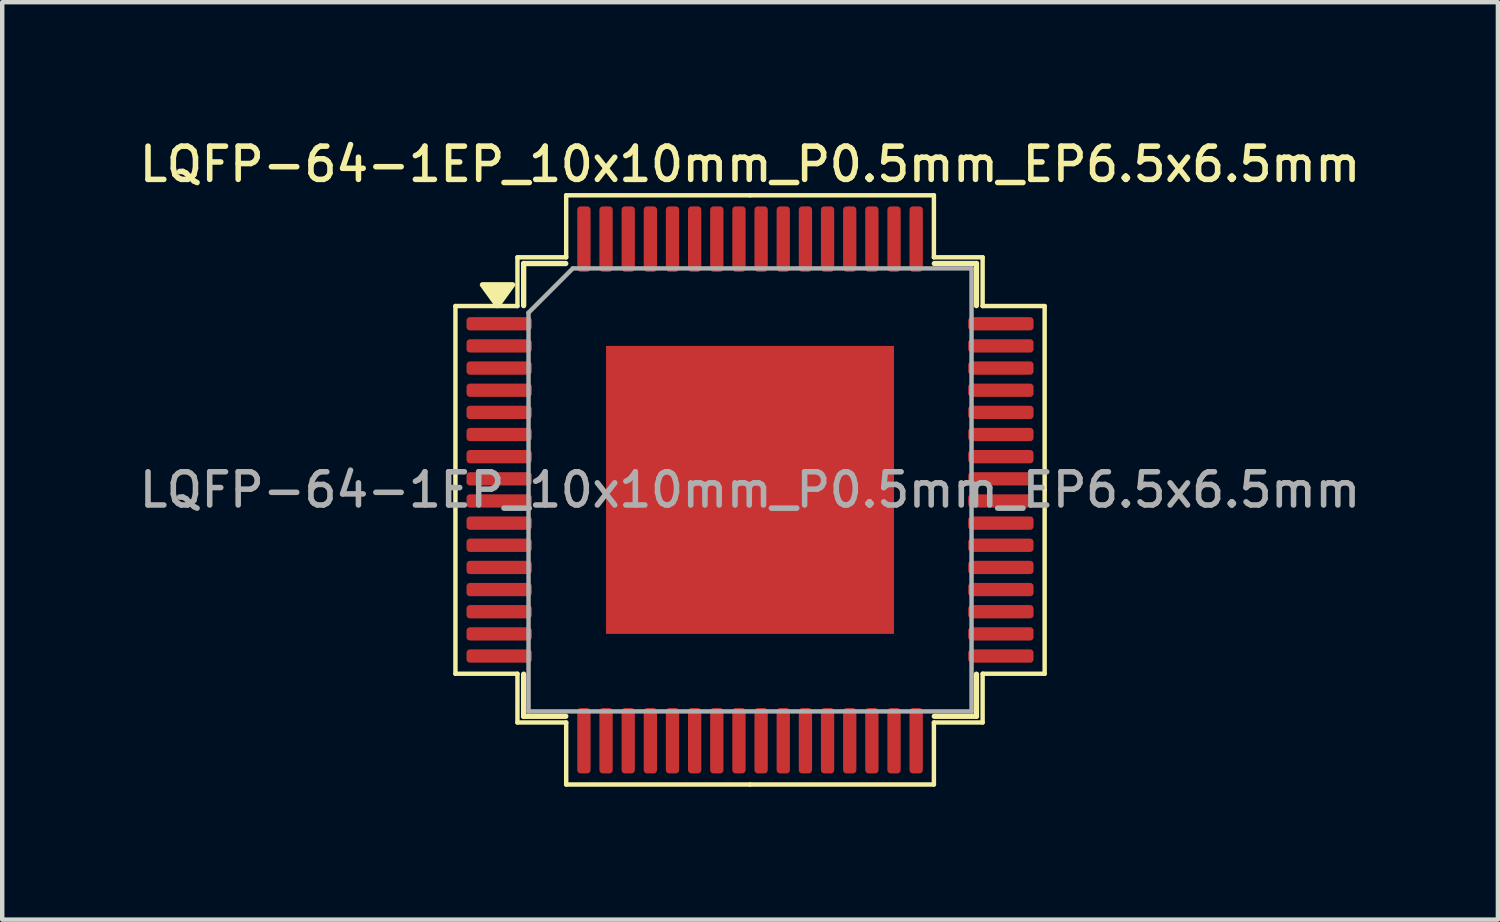
<source format=kicad_pcb>
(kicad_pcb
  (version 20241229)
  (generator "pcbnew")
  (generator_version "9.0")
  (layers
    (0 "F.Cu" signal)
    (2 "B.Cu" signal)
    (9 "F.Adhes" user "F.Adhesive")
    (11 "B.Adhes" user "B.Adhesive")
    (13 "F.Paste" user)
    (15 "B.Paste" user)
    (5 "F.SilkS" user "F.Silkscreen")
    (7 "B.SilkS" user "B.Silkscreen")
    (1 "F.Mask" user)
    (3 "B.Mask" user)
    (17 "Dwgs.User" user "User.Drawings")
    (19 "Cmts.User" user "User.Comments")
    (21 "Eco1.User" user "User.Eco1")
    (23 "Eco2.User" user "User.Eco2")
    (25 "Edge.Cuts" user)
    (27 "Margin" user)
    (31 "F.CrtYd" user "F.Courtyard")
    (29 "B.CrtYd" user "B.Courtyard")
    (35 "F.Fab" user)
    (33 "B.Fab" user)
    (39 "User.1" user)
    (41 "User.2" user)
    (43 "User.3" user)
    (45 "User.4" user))
  (footprint "LQFP-64-1EP_10x10mm_P0.5mm_EP6.5x6.5mm"
    (layer "F.Cu")
    (at 13.88 8.008)
    (property "Reference" "LQFP-64-1EP_10x10mm_P0.5mm_EP6.5x6.5mm" (at 0 -7.35 0) (layer "F.SilkS") (effects (font (size 0.75 0.75) (thickness 0.125))))
    (attr smd)
    (fp_line (start -6.65 -4.15) (end -6.65 0) (stroke (width 0.1) (type solid)) (layer "F.SilkS"))
    (fp_line (start -6.65 4.15) (end -6.65 0) (stroke (width 0.1) (type solid)) (layer "F.SilkS"))
    (fp_line (start -5.25 -5.25) (end -5.25 -4.15) (stroke (width 0.1) (type solid)) (layer "F.SilkS"))
    (fp_line (start -5.25 -4.15) (end -6.65 -4.15) (stroke (width 0.1) (type solid)) (layer "F.SilkS"))
    (fp_line (start -5.25 4.15) (end -6.65 4.15) (stroke (width 0.1) (type solid)) (layer "F.SilkS"))
    (fp_line (start -5.25 5.25) (end -5.25 4.15) (stroke (width 0.1) (type solid)) (layer "F.SilkS"))
    (fp_line (start -5.11 -5.11) (end -5.11 -4.16) (stroke (width 0.12) (type solid)) (layer "F.SilkS"))
    (fp_line (start -5.11 5.11) (end -5.11 4.16) (stroke (width 0.12) (type solid)) (layer "F.SilkS"))
    (fp_line (start -4.16 -5.11) (end -5.11 -5.11) (stroke (width 0.12) (type solid)) (layer "F.SilkS"))
    (fp_line (start -4.16 5.11) (end -5.11 5.11) (stroke (width 0.12) (type solid)) (layer "F.SilkS"))
    (fp_line (start -4.15 -6.65) (end -4.15 -5.25) (stroke (width 0.1) (type solid)) (layer "F.SilkS"))
    (fp_line (start -4.15 -5.25) (end -5.25 -5.25) (stroke (width 0.1) (type solid)) (layer "F.SilkS"))
    (fp_line (start -4.15 5.25) (end -5.25 5.25) (stroke (width 0.1) (type solid)) (layer "F.SilkS"))
    (fp_line (start -4.15 6.65) (end -4.15 5.25) (stroke (width 0.1) (type solid)) (layer "F.SilkS"))
    (fp_line (start 0 -6.65) (end -4.15 -6.65) (stroke (width 0.1) (type solid)) (layer "F.SilkS"))
    (fp_line (start 0 -6.65) (end 4.15 -6.65) (stroke (width 0.1) (type solid)) (layer "F.SilkS"))
    (fp_line (start 0 6.65) (end -4.15 6.65) (stroke (width 0.1) (type solid)) (layer "F.SilkS"))
    (fp_line (start 0 6.65) (end 4.15 6.65) (stroke (width 0.1) (type solid)) (layer "F.SilkS"))
    (fp_line (start 4.15 -6.65) (end 4.15 -5.25) (stroke (width 0.1) (type solid)) (layer "F.SilkS"))
    (fp_line (start 4.15 -5.25) (end 5.25 -5.25) (stroke (width 0.1) (type solid)) (layer "F.SilkS"))
    (fp_line (start 4.15 5.25) (end 5.25 5.25) (stroke (width 0.1) (type solid)) (layer "F.SilkS"))
    (fp_line (start 4.15 6.65) (end 4.15 5.25) (stroke (width 0.1) (type solid)) (layer "F.SilkS"))
    (fp_line (start 4.16 -5.11) (end 5.11 -5.11) (stroke (width 0.12) (type solid)) (layer "F.SilkS"))
    (fp_line (start 4.16 5.11) (end 5.11 5.11) (stroke (width 0.12) (type solid)) (layer "F.SilkS"))
    (fp_line (start 5.11 -5.11) (end 5.11 -4.16) (stroke (width 0.12) (type solid)) (layer "F.SilkS"))
    (fp_line (start 5.11 5.11) (end 5.11 4.16) (stroke (width 0.12) (type solid)) (layer "F.SilkS"))
    (fp_line (start 5.25 -5.25) (end 5.25 -4.15) (stroke (width 0.1) (type solid)) (layer "F.SilkS"))
    (fp_line (start 5.25 -4.15) (end 6.65 -4.15) (stroke (width 0.1) (type solid)) (layer "F.SilkS"))
    (fp_line (start 5.25 4.15) (end 6.65 4.15) (stroke (width 0.1) (type solid)) (layer "F.SilkS"))
    (fp_line (start 5.25 5.25) (end 5.25 4.15) (stroke (width 0.1) (type solid)) (layer "F.SilkS"))
    (fp_line (start 6.65 -4.15) (end 6.65 0) (stroke (width 0.1) (type solid)) (layer "F.SilkS"))
    (fp_line (start 6.65 4.15) (end 6.65 0) (stroke (width 0.1) (type solid)) (layer "F.SilkS"))
    (fp_poly (pts (xy -5.7 -4.16) (xy -6.04 -4.63) (xy -5.36 -4.63) (xy -5.7 -4.16)) (stroke (width 0.12) (type solid)) (fill yes) (layer "F.SilkS"))
    (fp_line (start -5 -4) (end -4 -5) (stroke (width 0.1) (type solid)) (layer "F.Fab"))
    (fp_line (start -5 5) (end -5 -4) (stroke (width 0.1) (type solid)) (layer "F.Fab"))
    (fp_line (start -4 -5) (end 5 -5) (stroke (width 0.1) (type solid)) (layer "F.Fab"))
    (fp_line (start 5 -5) (end 5 5) (stroke (width 0.1) (type solid)) (layer "F.Fab"))
    (fp_line (start 5 5) (end -5 5) (stroke (width 0.1) (type solid)) (layer "F.Fab"))
    (fp_text user "${REFERENCE}" (at 0 0 0) (layer "F.Fab") (effects (font (size 0.75 0.75) (thickness 0.125))))
    (pad "" smd roundrect (at -2.6 -2.6) (size 1.05 1.05) (layers "F.Paste") (roundrect_rratio 0.238))
    (pad "" smd roundrect (at -2.6 -1.3) (size 1.05 1.05) (layers "F.Paste") (roundrect_rratio 0.238))
    (pad "" smd roundrect (at -2.6 0) (size 1.05 1.05) (layers "F.Paste") (roundrect_rratio 0.238))
    (pad "" smd roundrect (at -2.6 1.3) (size 1.05 1.05) (layers "F.Paste") (roundrect_rratio 0.238))
    (pad "" smd roundrect (at -2.6 2.6) (size 1.05 1.05) (layers "F.Paste") (roundrect_rratio 0.238))
    (pad "" smd roundrect (at -1.3 -2.6) (size 1.05 1.05) (layers "F.Paste") (roundrect_rratio 0.238))
    (pad "" smd roundrect (at -1.3 -1.3) (size 1.05 1.05) (layers "F.Paste") (roundrect_rratio 0.238))
    (pad "" smd roundrect (at -1.3 0) (size 1.05 1.05) (layers "F.Paste") (roundrect_rratio 0.238))
    (pad "" smd roundrect (at -1.3 1.3) (size 1.05 1.05) (layers "F.Paste") (roundrect_rratio 0.238))
    (pad "" smd roundrect (at -1.3 2.6) (size 1.05 1.05) (layers "F.Paste") (roundrect_rratio 0.238))
    (pad "" smd roundrect (at 0 -2.6) (size 1.05 1.05) (layers "F.Paste") (roundrect_rratio 0.238))
    (pad "" smd roundrect (at 0 -1.3) (size 1.05 1.05) (layers "F.Paste") (roundrect_rratio 0.238))
    (pad "" smd roundrect (at 0 0) (size 1.05 1.05) (layers "F.Paste") (roundrect_rratio 0.238))
    (pad "" smd roundrect (at 0 1.3) (size 1.05 1.05) (layers "F.Paste") (roundrect_rratio 0.238))
    (pad "" smd roundrect (at 0 2.6) (size 1.05 1.05) (layers "F.Paste") (roundrect_rratio 0.238))
    (pad "" smd roundrect (at 1.3 -2.6) (size 1.05 1.05) (layers "F.Paste") (roundrect_rratio 0.238))
    (pad "" smd roundrect (at 1.3 -1.3) (size 1.05 1.05) (layers "F.Paste") (roundrect_rratio 0.238))
    (pad "" smd roundrect (at 1.3 0) (size 1.05 1.05) (layers "F.Paste") (roundrect_rratio 0.238))
    (pad "" smd roundrect (at 1.3 1.3) (size 1.05 1.05) (layers "F.Paste") (roundrect_rratio 0.238))
    (pad "" smd roundrect (at 1.3 2.6) (size 1.05 1.05) (layers "F.Paste") (roundrect_rratio 0.238))
    (pad "" smd roundrect (at 2.6 -2.6) (size 1.05 1.05) (layers "F.Paste") (roundrect_rratio 0.238))
    (pad "" smd roundrect (at 2.6 -1.3) (size 1.05 1.05) (layers "F.Paste") (roundrect_rratio 0.238))
    (pad "" smd roundrect (at 2.6 0) (size 1.05 1.05) (layers "F.Paste") (roundrect_rratio 0.238))
    (pad "" smd roundrect (at 2.6 1.3) (size 1.05 1.05) (layers "F.Paste") (roundrect_rratio 0.238))
    (pad "" smd roundrect (at 2.6 2.6) (size 1.05 1.05) (layers "F.Paste") (roundrect_rratio 0.238))
    (pad "1" smd roundrect (at -5.662 -3.75) (size 1.475 0.3) (layers "F.Cu" "F.Mask" "F.Paste") (roundrect_rratio 0.25))
    (pad "2" smd roundrect (at -5.662 -3.25) (size 1.475 0.3) (layers "F.Cu" "F.Mask" "F.Paste") (roundrect_rratio 0.25))
    (pad "3" smd roundrect (at -5.662 -2.75) (size 1.475 0.3) (layers "F.Cu" "F.Mask" "F.Paste") (roundrect_rratio 0.25))
    (pad "4" smd roundrect (at -5.662 -2.25) (size 1.475 0.3) (layers "F.Cu" "F.Mask" "F.Paste") (roundrect_rratio 0.25))
    (pad "5" smd roundrect (at -5.662 -1.75) (size 1.475 0.3) (layers "F.Cu" "F.Mask" "F.Paste") (roundrect_rratio 0.25))
    (pad "6" smd roundrect (at -5.662 -1.25) (size 1.475 0.3) (layers "F.Cu" "F.Mask" "F.Paste") (roundrect_rratio 0.25))
    (pad "7" smd roundrect (at -5.662 -0.75) (size 1.475 0.3) (layers "F.Cu" "F.Mask" "F.Paste") (roundrect_rratio 0.25))
    (pad "8" smd roundrect (at -5.662 -0.25) (size 1.475 0.3) (layers "F.Cu" "F.Mask" "F.Paste") (roundrect_rratio 0.25))
    (pad "9" smd roundrect (at -5.662 0.25) (size 1.475 0.3) (layers "F.Cu" "F.Mask" "F.Paste") (roundrect_rratio 0.25))
    (pad "10" smd roundrect (at -5.662 0.75) (size 1.475 0.3) (layers "F.Cu" "F.Mask" "F.Paste") (roundrect_rratio 0.25))
    (pad "11" smd roundrect (at -5.662 1.25) (size 1.475 0.3) (layers "F.Cu" "F.Mask" "F.Paste") (roundrect_rratio 0.25))
    (pad "12" smd roundrect (at -5.662 1.75) (size 1.475 0.3) (layers "F.Cu" "F.Mask" "F.Paste") (roundrect_rratio 0.25))
    (pad "13" smd roundrect (at -5.662 2.25) (size 1.475 0.3) (layers "F.Cu" "F.Mask" "F.Paste") (roundrect_rratio 0.25))
    (pad "14" smd roundrect (at -5.662 2.75) (size 1.475 0.3) (layers "F.Cu" "F.Mask" "F.Paste") (roundrect_rratio 0.25))
    (pad "15" smd roundrect (at -5.662 3.25) (size 1.475 0.3) (layers "F.Cu" "F.Mask" "F.Paste") (roundrect_rratio 0.25))
    (pad "16" smd roundrect (at -5.662 3.75) (size 1.475 0.3) (layers "F.Cu" "F.Mask" "F.Paste") (roundrect_rratio 0.25))
    (pad "17" smd roundrect (at -3.75 5.662) (size 0.3 1.475) (layers "F.Cu" "F.Mask" "F.Paste") (roundrect_rratio 0.25))
    (pad "18" smd roundrect (at -3.25 5.662) (size 0.3 1.475) (layers "F.Cu" "F.Mask" "F.Paste") (roundrect_rratio 0.25))
    (pad "19" smd roundrect (at -2.75 5.662) (size 0.3 1.475) (layers "F.Cu" "F.Mask" "F.Paste") (roundrect_rratio 0.25))
    (pad "20" smd roundrect (at -2.25 5.662) (size 0.3 1.475) (layers "F.Cu" "F.Mask" "F.Paste") (roundrect_rratio 0.25))
    (pad "21" smd roundrect (at -1.75 5.662) (size 0.3 1.475) (layers "F.Cu" "F.Mask" "F.Paste") (roundrect_rratio 0.25))
    (pad "22" smd roundrect (at -1.25 5.662) (size 0.3 1.475) (layers "F.Cu" "F.Mask" "F.Paste") (roundrect_rratio 0.25))
    (pad "23" smd roundrect (at -0.75 5.662) (size 0.3 1.475) (layers "F.Cu" "F.Mask" "F.Paste") (roundrect_rratio 0.25))
    (pad "24" smd roundrect (at -0.25 5.662) (size 0.3 1.475) (layers "F.Cu" "F.Mask" "F.Paste") (roundrect_rratio 0.25))
    (pad "25" smd roundrect (at 0.25 5.662) (size 0.3 1.475) (layers "F.Cu" "F.Mask" "F.Paste") (roundrect_rratio 0.25))
    (pad "26" smd roundrect (at 0.75 5.662) (size 0.3 1.475) (layers "F.Cu" "F.Mask" "F.Paste") (roundrect_rratio 0.25))
    (pad "27" smd roundrect (at 1.25 5.662) (size 0.3 1.475) (layers "F.Cu" "F.Mask" "F.Paste") (roundrect_rratio 0.25))
    (pad "28" smd roundrect (at 1.75 5.662) (size 0.3 1.475) (layers "F.Cu" "F.Mask" "F.Paste") (roundrect_rratio 0.25))
    (pad "29" smd roundrect (at 2.25 5.662) (size 0.3 1.475) (layers "F.Cu" "F.Mask" "F.Paste") (roundrect_rratio 0.25))
    (pad "30" smd roundrect (at 2.75 5.662) (size 0.3 1.475) (layers "F.Cu" "F.Mask" "F.Paste") (roundrect_rratio 0.25))
    (pad "31" smd roundrect (at 3.25 5.662) (size 0.3 1.475) (layers "F.Cu" "F.Mask" "F.Paste") (roundrect_rratio 0.25))
    (pad "32" smd roundrect (at 3.75 5.662) (size 0.3 1.475) (layers "F.Cu" "F.Mask" "F.Paste") (roundrect_rratio 0.25))
    (pad "33" smd roundrect (at 5.662 3.75) (size 1.475 0.3) (layers "F.Cu" "F.Mask" "F.Paste") (roundrect_rratio 0.25))
    (pad "34" smd roundrect (at 5.662 3.25) (size 1.475 0.3) (layers "F.Cu" "F.Mask" "F.Paste") (roundrect_rratio 0.25))
    (pad "35" smd roundrect (at 5.662 2.75) (size 1.475 0.3) (layers "F.Cu" "F.Mask" "F.Paste") (roundrect_rratio 0.25))
    (pad "36" smd roundrect (at 5.662 2.25) (size 1.475 0.3) (layers "F.Cu" "F.Mask" "F.Paste") (roundrect_rratio 0.25))
    (pad "37" smd roundrect (at 5.662 1.75) (size 1.475 0.3) (layers "F.Cu" "F.Mask" "F.Paste") (roundrect_rratio 0.25))
    (pad "38" smd roundrect (at 5.662 1.25) (size 1.475 0.3) (layers "F.Cu" "F.Mask" "F.Paste") (roundrect_rratio 0.25))
    (pad "39" smd roundrect (at 5.662 0.75) (size 1.475 0.3) (layers "F.Cu" "F.Mask" "F.Paste") (roundrect_rratio 0.25))
    (pad "40" smd roundrect (at 5.662 0.25) (size 1.475 0.3) (layers "F.Cu" "F.Mask" "F.Paste") (roundrect_rratio 0.25))
    (pad "41" smd roundrect (at 5.662 -0.25) (size 1.475 0.3) (layers "F.Cu" "F.Mask" "F.Paste") (roundrect_rratio 0.25))
    (pad "42" smd roundrect (at 5.662 -0.75) (size 1.475 0.3) (layers "F.Cu" "F.Mask" "F.Paste") (roundrect_rratio 0.25))
    (pad "43" smd roundrect (at 5.662 -1.25) (size 1.475 0.3) (layers "F.Cu" "F.Mask" "F.Paste") (roundrect_rratio 0.25))
    (pad "44" smd roundrect (at 5.662 -1.75) (size 1.475 0.3) (layers "F.Cu" "F.Mask" "F.Paste") (roundrect_rratio 0.25))
    (pad "45" smd roundrect (at 5.662 -2.25) (size 1.475 0.3) (layers "F.Cu" "F.Mask" "F.Paste") (roundrect_rratio 0.25))
    (pad "46" smd roundrect (at 5.662 -2.75) (size 1.475 0.3) (layers "F.Cu" "F.Mask" "F.Paste") (roundrect_rratio 0.25))
    (pad "47" smd roundrect (at 5.662 -3.25) (size 1.475 0.3) (layers "F.Cu" "F.Mask" "F.Paste") (roundrect_rratio 0.25))
    (pad "48" smd roundrect (at 5.662 -3.75) (size 1.475 0.3) (layers "F.Cu" "F.Mask" "F.Paste") (roundrect_rratio 0.25))
    (pad "49" smd roundrect (at 3.75 -5.662) (size 0.3 1.475) (layers "F.Cu" "F.Mask" "F.Paste") (roundrect_rratio 0.25))
    (pad "50" smd roundrect (at 3.25 -5.662) (size 0.3 1.475) (layers "F.Cu" "F.Mask" "F.Paste") (roundrect_rratio 0.25))
    (pad "51" smd roundrect (at 2.75 -5.662) (size 0.3 1.475) (layers "F.Cu" "F.Mask" "F.Paste") (roundrect_rratio 0.25))
    (pad "52" smd roundrect (at 2.25 -5.662) (size 0.3 1.475) (layers "F.Cu" "F.Mask" "F.Paste") (roundrect_rratio 0.25))
    (pad "53" smd roundrect (at 1.75 -5.662) (size 0.3 1.475) (layers "F.Cu" "F.Mask" "F.Paste") (roundrect_rratio 0.25))
    (pad "54" smd roundrect (at 1.25 -5.662) (size 0.3 1.475) (layers "F.Cu" "F.Mask" "F.Paste") (roundrect_rratio 0.25))
    (pad "55" smd roundrect (at 0.75 -5.662) (size 0.3 1.475) (layers "F.Cu" "F.Mask" "F.Paste") (roundrect_rratio 0.25))
    (pad "56" smd roundrect (at 0.25 -5.662) (size 0.3 1.475) (layers "F.Cu" "F.Mask" "F.Paste") (roundrect_rratio 0.25))
    (pad "57" smd roundrect (at -0.25 -5.662) (size 0.3 1.475) (layers "F.Cu" "F.Mask" "F.Paste") (roundrect_rratio 0.25))
    (pad "58" smd roundrect (at -0.75 -5.662) (size 0.3 1.475) (layers "F.Cu" "F.Mask" "F.Paste") (roundrect_rratio 0.25))
    (pad "59" smd roundrect (at -1.25 -5.662) (size 0.3 1.475) (layers "F.Cu" "F.Mask" "F.Paste") (roundrect_rratio 0.25))
    (pad "60" smd roundrect (at -1.75 -5.662) (size 0.3 1.475) (layers "F.Cu" "F.Mask" "F.Paste") (roundrect_rratio 0.25))
    (pad "61" smd roundrect (at -2.25 -5.662) (size 0.3 1.475) (layers "F.Cu" "F.Mask" "F.Paste") (roundrect_rratio 0.25))
    (pad "62" smd roundrect (at -2.75 -5.662) (size 0.3 1.475) (layers "F.Cu" "F.Mask" "F.Paste") (roundrect_rratio 0.25))
    (pad "63" smd roundrect (at -3.25 -5.662) (size 0.3 1.475) (layers "F.Cu" "F.Mask" "F.Paste") (roundrect_rratio 0.25))
    (pad "64" smd roundrect (at -3.75 -5.662) (size 0.3 1.475) (layers "F.Cu" "F.Mask" "F.Paste") (roundrect_rratio 0.25))
    (pad "65" smd rect (at 0 0) (size 6.5 6.5) (property pad_prop_heatsink) (layers "F.Cu" "F.Mask")))
  (gr_rect
    (start -3 -3)
    (end 30.761 17.708)
    (stroke (width 0.1) (type default))
    (fill no)
    (layer "Edge.Cuts")))
</source>
